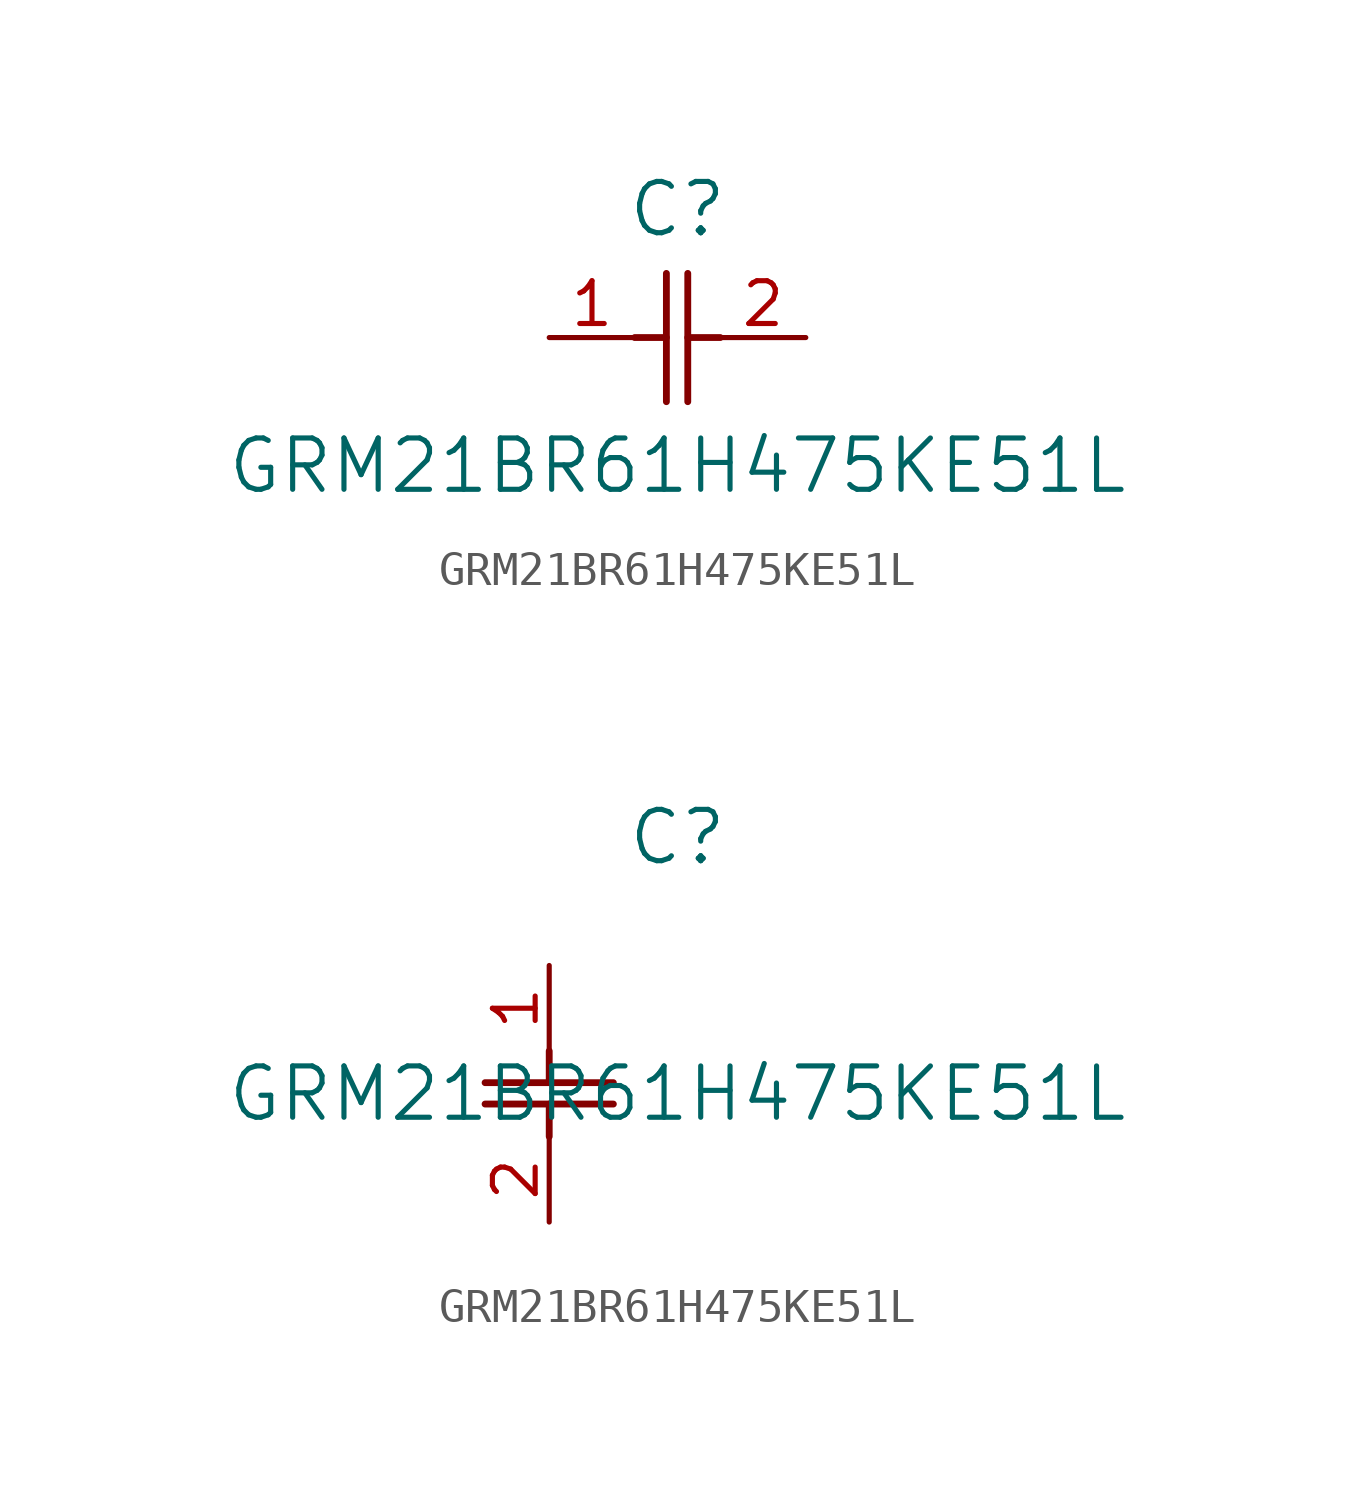
<source format=kicad_sym>
(kicad_symbol_lib
  (version 20211014)
  (generator kicad_symbol_editor)
  (symbol "GRM21BR61H475KE51L"
    (pin_names
      (offset 0.254))
    (property "Reference" "C"
      (at 3.81 3.81 0)
      (effects (font (size 1.524 1.524))))
    (property "Value" "GRM21BR61H475KE51L"
      (at 3.81 -3.81 0)
      (effects (font (size 1.524 1.524))))
    (symbol "GRM21BR61H475KE51L_1_1"
      (polyline (pts (xy 3.48 -1.905) (xy 3.48 1.905)) (stroke (width 0.203) (type default) (color 0 0 0 0)) (fill (type none)))
      (polyline (pts (xy 4.115 -1.905) (xy 4.115 1.905)) (stroke (width 0.203) (type default) (color 0 0 0 0)) (fill (type none)))
      (polyline (pts (xy 4.115 0) (xy 5.08 0)) (stroke (width 0.203) (type default) (color 0 0 0 0)) (fill (type none)))
      (polyline (pts (xy 2.54 0) (xy 3.48 0)) (stroke (width 0.203) (type default) (color 0 0 0 0)) (fill (type none)))
      (pin unspecified line (at 0 0 0) (length 2.54) (name "" (effects (font (size 1.27 1.27)))) (number "1" (effects (font (size 1.27 1.27)))))
      (pin unspecified line (at 7.62 0 180) (length 2.54) (name "" (effects (font (size 1.27 1.27)))) (number "2" (effects (font (size 1.27 1.27))))))
    (symbol "GRM21BR61H475KE51L_1_2"
      (polyline (pts (xy -1.905 -3.48) (xy 1.905 -3.48)) (stroke (width 0.203) (type default) (color 0 0 0 0)) (fill (type none)))
      (polyline (pts (xy -1.905 -4.115) (xy 1.905 -4.115)) (stroke (width 0.203) (type default) (color 0 0 0 0)) (fill (type none)))
      (polyline (pts (xy 0 -4.115) (xy 0 -5.08)) (stroke (width 0.203) (type default) (color 0 0 0 0)) (fill (type none)))
      (polyline (pts (xy 0 -2.54) (xy 0 -3.48)) (stroke (width 0.203) (type default) (color 0 0 0 0)) (fill (type none)))
      (pin unspecified line (at 0 0 270) (length 2.54) (name "" (effects (font (size 1.27 1.27)))) (number "1" (effects (font (size 1.27 1.27)))))
      (pin unspecified line (at 0 -7.62 90) (length 2.54) (name "" (effects (font (size 1.27 1.27)))) (number "2" (effects (font (size 1.27 1.27))))))))
</source>
